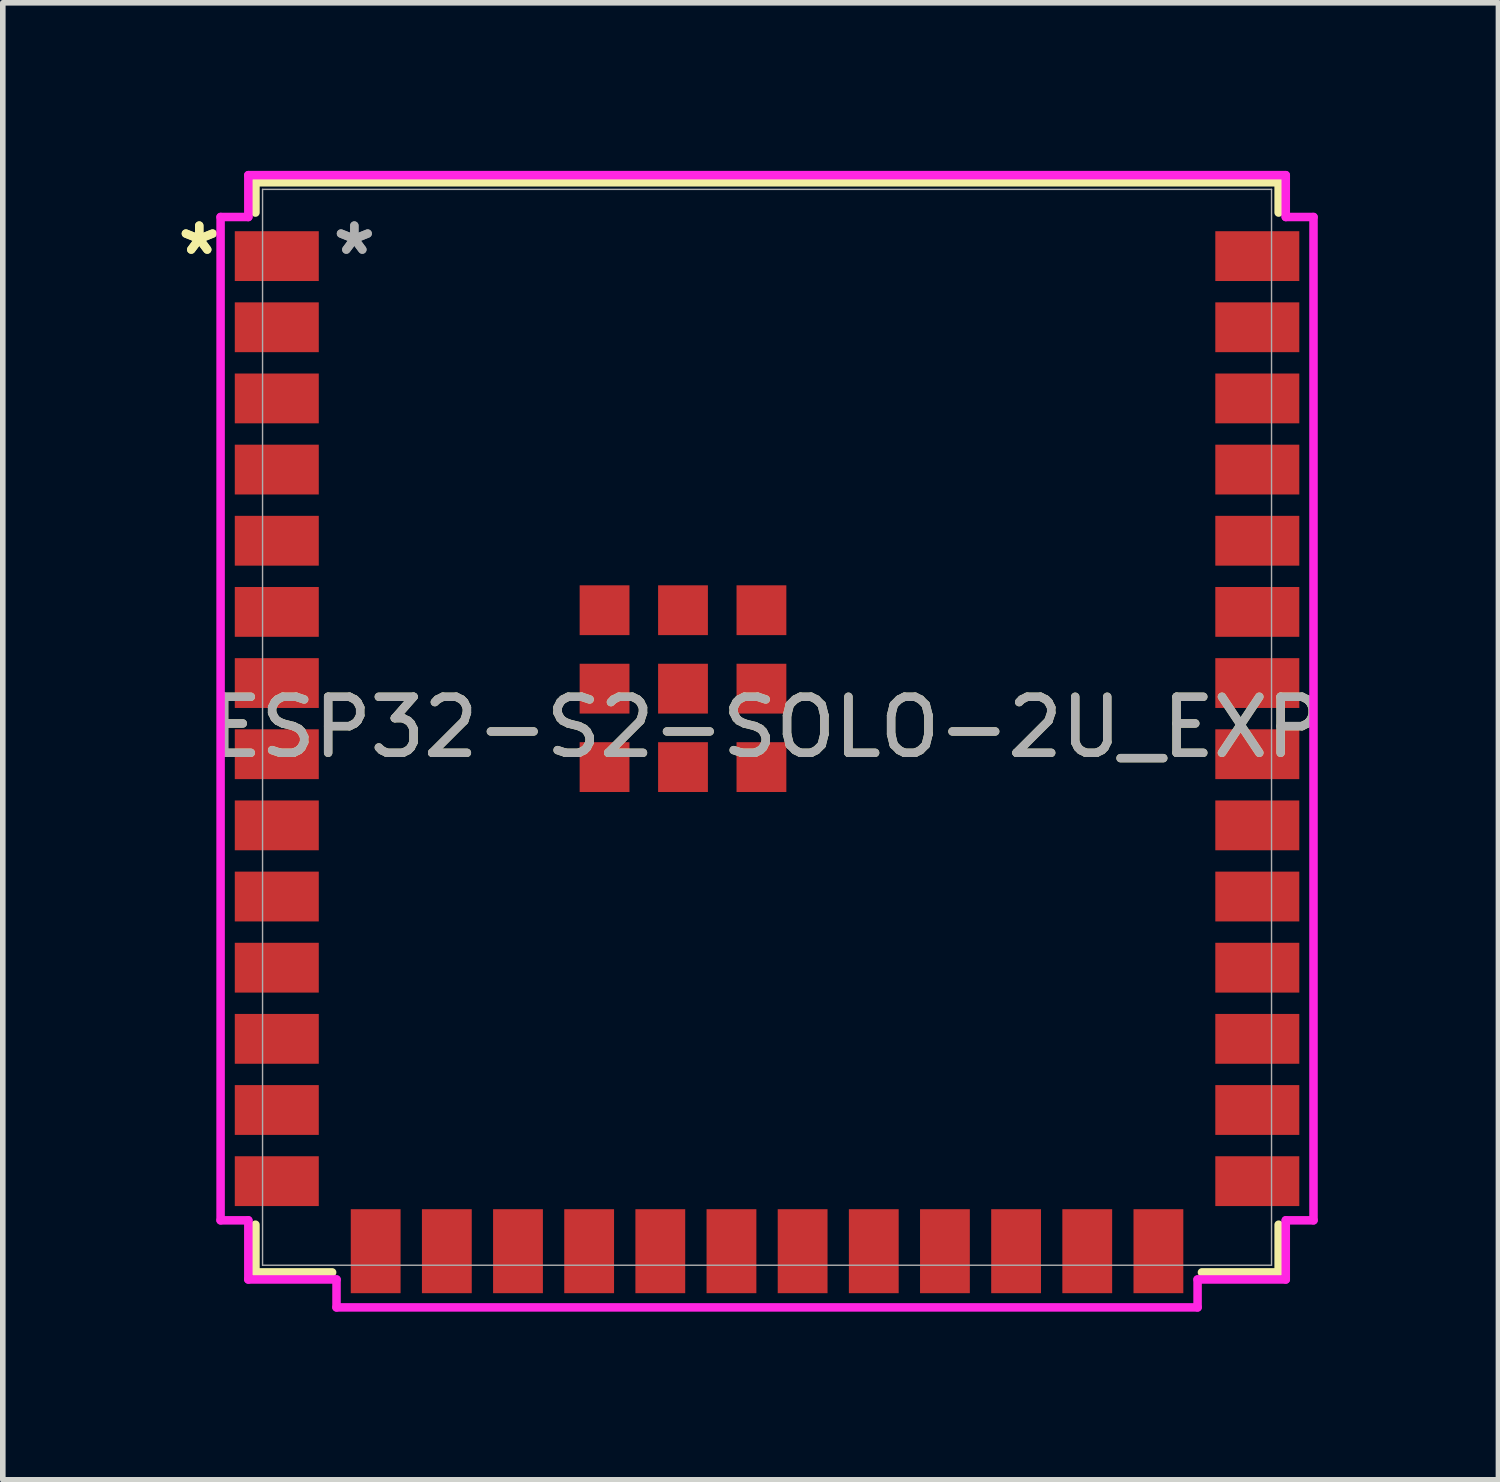
<source format=kicad_pcb>
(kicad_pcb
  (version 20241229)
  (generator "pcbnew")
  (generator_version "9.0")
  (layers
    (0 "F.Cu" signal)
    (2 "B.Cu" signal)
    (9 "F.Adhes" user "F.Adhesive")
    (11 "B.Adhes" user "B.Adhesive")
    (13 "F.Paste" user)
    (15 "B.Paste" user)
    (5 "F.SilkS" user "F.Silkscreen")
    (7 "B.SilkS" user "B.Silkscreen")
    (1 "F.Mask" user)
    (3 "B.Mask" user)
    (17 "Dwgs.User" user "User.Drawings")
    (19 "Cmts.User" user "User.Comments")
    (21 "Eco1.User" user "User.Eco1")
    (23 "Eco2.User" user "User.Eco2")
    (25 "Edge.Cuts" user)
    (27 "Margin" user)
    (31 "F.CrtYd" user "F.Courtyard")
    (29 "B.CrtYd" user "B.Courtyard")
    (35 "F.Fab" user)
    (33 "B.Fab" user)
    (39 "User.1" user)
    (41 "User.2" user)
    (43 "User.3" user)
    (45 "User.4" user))
  (footprint "ESP32-S2-SOLO-2U_EXP"
    (layer "F.Cu")
    (at 10.64 9.931)
    (property "Reference" "ESP32-S2-SOLO-2U_EXP" (at 0 0 0) (unlocked yes) (layer "F.SilkS") (effects (font (size 1 1) (thickness 0.15))))
    (attr smd)
    (fp_line (start -9.131 -9.728) (end 9.131 -9.728) (stroke (width 0.152) (type solid)) (layer "F.SilkS"))
    (fp_line (start -9.131 -9.187) (end -9.131 -9.728) (stroke (width 0.152) (type solid)) (layer "F.SilkS"))
    (fp_line (start -9.131 9.728) (end -9.131 8.877) (stroke (width 0.152) (type solid)) (layer "F.SilkS"))
    (fp_line (start -7.762 9.728) (end -9.131 9.728) (stroke (width 0.152) (type solid)) (layer "F.SilkS"))
    (fp_line (start 9.131 -9.728) (end 9.131 -9.187) (stroke (width 0.152) (type solid)) (layer "F.SilkS"))
    (fp_line (start 9.131 8.877) (end 9.131 9.728) (stroke (width 0.152) (type solid)) (layer "F.SilkS"))
    (fp_line (start 9.131 9.728) (end 7.762 9.728) (stroke (width 0.152) (type solid)) (layer "F.SilkS"))
    (fp_line (start -9.753 -9.108) (end -9.753 8.799) (stroke (width 0.152) (type solid)) (layer "F.CrtYd"))
    (fp_line (start -9.753 8.799) (end -9.258 8.799) (stroke (width 0.152) (type solid)) (layer "F.CrtYd"))
    (fp_line (start -9.258 -9.855) (end -9.258 -9.108) (stroke (width 0.152) (type solid)) (layer "F.CrtYd"))
    (fp_line (start -9.258 -9.108) (end -9.753 -9.108) (stroke (width 0.152) (type solid)) (layer "F.CrtYd"))
    (fp_line (start -9.258 8.799) (end -9.258 9.855) (stroke (width 0.152) (type solid)) (layer "F.CrtYd"))
    (fp_line (start -9.258 9.855) (end -7.684 9.855) (stroke (width 0.152) (type solid)) (layer "F.CrtYd"))
    (fp_line (start -7.684 9.855) (end -7.684 10.353) (stroke (width 0.152) (type solid)) (layer "F.CrtYd"))
    (fp_line (start -7.684 10.353) (end 7.684 10.353) (stroke (width 0.152) (type solid)) (layer "F.CrtYd"))
    (fp_line (start 7.684 9.855) (end 9.258 9.855) (stroke (width 0.152) (type solid)) (layer "F.CrtYd"))
    (fp_line (start 7.684 10.353) (end 7.684 9.855) (stroke (width 0.152) (type solid)) (layer "F.CrtYd"))
    (fp_line (start 9.258 -9.855) (end -9.258 -9.855) (stroke (width 0.152) (type solid)) (layer "F.CrtYd"))
    (fp_line (start 9.258 -9.108) (end 9.258 -9.855) (stroke (width 0.152) (type solid)) (layer "F.CrtYd"))
    (fp_line (start 9.258 8.799) (end 9.753 8.799) (stroke (width 0.152) (type solid)) (layer "F.CrtYd"))
    (fp_line (start 9.258 9.855) (end 9.258 8.799) (stroke (width 0.152) (type solid)) (layer "F.CrtYd"))
    (fp_line (start 9.753 -9.108) (end 9.258 -9.108) (stroke (width 0.152) (type solid)) (layer "F.CrtYd"))
    (fp_line (start 9.753 8.799) (end 9.753 -9.108) (stroke (width 0.152) (type solid)) (layer "F.CrtYd"))
    (fp_line (start -9.004 -9.601) (end -9.004 9.601) (stroke (width 0.025) (type solid)) (layer "F.Fab"))
    (fp_line (start -9.004 9.601) (end 9.004 9.601) (stroke (width 0.025) (type solid)) (layer "F.Fab"))
    (fp_line (start 9.004 -9.601) (end -9.004 -9.601) (stroke (width 0.025) (type solid)) (layer "F.Fab"))
    (fp_line (start 9.004 9.601) (end 9.004 -9.601) (stroke (width 0.025) (type solid)) (layer "F.Fab"))
    (fp_text user "*" (at -10.134 -8.41 0) (unlocked yes) (layer "F.SilkS") (effects (font (size 1 1) (thickness 0.15))))
    (fp_text user "*" (at -10.134 -8.41 0) (layer "F.SilkS") (effects (font (size 1 1) (thickness 0.15))))
    (fp_text user "*" (at -7.366 -8.41 0) (layer "F.Fab") (effects (font (size 1 1) (thickness 0.15))))
    (fp_text user "${REFERENCE}" (at 0 0 0) (unlocked yes) (layer "F.Fab") (effects (font (size 1 1) (thickness 0.15))))
    (fp_text user "*" (at -7.366 -8.41 0) (unlocked yes) (layer "F.Fab") (effects (font (size 1 1) (thickness 0.15))))
    (pad "1" smd rect (at -8.75 -8.41) (size 1.499 0.889) (layers "F.Cu" "F.Mask" "F.Paste"))
    (pad "2" smd rect (at -8.75 -7.14) (size 1.499 0.889) (layers "F.Cu" "F.Mask" "F.Paste"))
    (pad "3" smd rect (at -8.75 -5.87) (size 1.499 0.889) (layers "F.Cu" "F.Mask" "F.Paste"))
    (pad "4" smd rect (at -8.75 -4.6) (size 1.499 0.889) (layers "F.Cu" "F.Mask" "F.Paste"))
    (pad "5" smd rect (at -8.75 -3.33) (size 1.499 0.889) (layers "F.Cu" "F.Mask" "F.Paste"))
    (pad "6" smd rect (at -8.75 -2.06) (size 1.499 0.889) (layers "F.Cu" "F.Mask" "F.Paste"))
    (pad "7" smd rect (at -8.75 -0.79) (size 1.499 0.889) (layers "F.Cu" "F.Mask" "F.Paste"))
    (pad "8" smd rect (at -8.75 0.48) (size 1.499 0.889) (layers "F.Cu" "F.Mask" "F.Paste"))
    (pad "9" smd rect (at -8.75 1.75) (size 1.499 0.889) (layers "F.Cu" "F.Mask" "F.Paste"))
    (pad "10" smd rect (at -8.75 3.02) (size 1.499 0.889) (layers "F.Cu" "F.Mask" "F.Paste"))
    (pad "11" smd rect (at -8.75 4.29) (size 1.499 0.889) (layers "F.Cu" "F.Mask" "F.Paste"))
    (pad "12" smd rect (at -8.75 5.56) (size 1.499 0.889) (layers "F.Cu" "F.Mask" "F.Paste"))
    (pad "13" smd rect (at -8.75 6.83) (size 1.499 0.889) (layers "F.Cu" "F.Mask" "F.Paste"))
    (pad "14" smd rect (at -8.75 8.1) (size 1.499 0.889) (layers "F.Cu" "F.Mask" "F.Paste"))
    (pad "15" smd rect (at -6.985 9.35 90) (size 1.499 0.889) (layers "F.Cu" "F.Mask" "F.Paste"))
    (pad "16" smd rect (at -5.715 9.35 90) (size 1.499 0.889) (layers "F.Cu" "F.Mask" "F.Paste"))
    (pad "17" smd rect (at -4.445 9.35 90) (size 1.499 0.889) (layers "F.Cu" "F.Mask" "F.Paste"))
    (pad "18" smd rect (at -3.175 9.35 90) (size 1.499 0.889) (layers "F.Cu" "F.Mask" "F.Paste"))
    (pad "19" smd rect (at -1.905 9.35 90) (size 1.499 0.889) (layers "F.Cu" "F.Mask" "F.Paste"))
    (pad "20" smd rect (at -0.635 9.35 90) (size 1.499 0.889) (layers "F.Cu" "F.Mask" "F.Paste"))
    (pad "21" smd rect (at 0.635 9.35 90) (size 1.499 0.889) (layers "F.Cu" "F.Mask" "F.Paste"))
    (pad "22" smd rect (at 1.905 9.35 90) (size 1.499 0.889) (layers "F.Cu" "F.Mask" "F.Paste"))
    (pad "23" smd rect (at 3.175 9.35 90) (size 1.499 0.889) (layers "F.Cu" "F.Mask" "F.Paste"))
    (pad "24" smd rect (at 4.445 9.35 90) (size 1.499 0.889) (layers "F.Cu" "F.Mask" "F.Paste"))
    (pad "25" smd rect (at 5.715 9.35 90) (size 1.499 0.889) (layers "F.Cu" "F.Mask" "F.Paste"))
    (pad "26" smd rect (at 6.985 9.35 90) (size 1.499 0.889) (layers "F.Cu" "F.Mask" "F.Paste"))
    (pad "27" smd rect (at 8.75 8.1) (size 1.499 0.889) (layers "F.Cu" "F.Mask" "F.Paste"))
    (pad "28" smd rect (at 8.75 6.83) (size 1.499 0.889) (layers "F.Cu" "F.Mask" "F.Paste"))
    (pad "29" smd rect (at 8.75 5.56) (size 1.499 0.889) (layers "F.Cu" "F.Mask" "F.Paste"))
    (pad "30" smd rect (at 8.75 4.29) (size 1.499 0.889) (layers "F.Cu" "F.Mask" "F.Paste"))
    (pad "31" smd rect (at 8.75 3.02) (size 1.499 0.889) (layers "F.Cu" "F.Mask" "F.Paste"))
    (pad "32" smd rect (at 8.75 1.75) (size 1.499 0.889) (layers "F.Cu" "F.Mask" "F.Paste"))
    (pad "33" smd rect (at 8.75 0.48) (size 1.499 0.889) (layers "F.Cu" "F.Mask" "F.Paste"))
    (pad "34" smd rect (at 8.75 -0.79) (size 1.499 0.889) (layers "F.Cu" "F.Mask" "F.Paste"))
    (pad "35" smd rect (at 8.75 -2.06) (size 1.499 0.889) (layers "F.Cu" "F.Mask" "F.Paste"))
    (pad "36" smd rect (at 8.75 -3.33) (size 1.499 0.889) (layers "F.Cu" "F.Mask" "F.Paste"))
    (pad "37" smd rect (at 8.75 -4.6) (size 1.499 0.889) (layers "F.Cu" "F.Mask" "F.Paste"))
    (pad "38" smd rect (at 8.75 -5.87) (size 1.499 0.889) (layers "F.Cu" "F.Mask" "F.Paste"))
    (pad "39" smd rect (at 8.75 -7.14) (size 1.499 0.889) (layers "F.Cu" "F.Mask" "F.Paste"))
    (pad "40" smd rect (at 8.75 -8.41) (size 1.499 0.889) (layers "F.Cu" "F.Mask" "F.Paste"))
    (pad "41" smd rect (at -1.5 -0.69) (size 0.889 0.889) (layers "F.Cu" "F.Mask" "F.Paste"))
    (pad "42" smd rect (at -2.9 -2.09) (size 0.889 0.889) (layers "F.Cu" "F.Mask" "F.Paste"))
    (pad "43" smd rect (at -2.9 -0.69) (size 0.889 0.889) (layers "F.Cu" "F.Mask" "F.Paste"))
    (pad "44" smd rect (at -2.9 0.71) (size 0.889 0.889) (layers "F.Cu" "F.Mask" "F.Paste"))
    (pad "45" smd rect (at -1.5 0.71) (size 0.889 0.889) (layers "F.Cu" "F.Mask" "F.Paste"))
    (pad "46" smd rect (at -0.1 0.71) (size 0.889 0.889) (layers "F.Cu" "F.Mask" "F.Paste"))
    (pad "47" smd rect (at -0.1 -0.69) (size 0.889 0.889) (layers "F.Cu" "F.Mask" "F.Paste"))
    (pad "48" smd rect (at -0.1 -2.09) (size 0.889 0.889) (layers "F.Cu" "F.Mask" "F.Paste"))
    (pad "49" smd rect (at -1.5 -2.09) (size 0.889 0.889) (layers "F.Cu" "F.Mask" "F.Paste")))
  (gr_rect
    (start -3 -3)
    (end 23.694 23.361)
    (stroke (width 0.1) (type default))
    (fill no)
    (layer "Edge.Cuts")))
</source>
